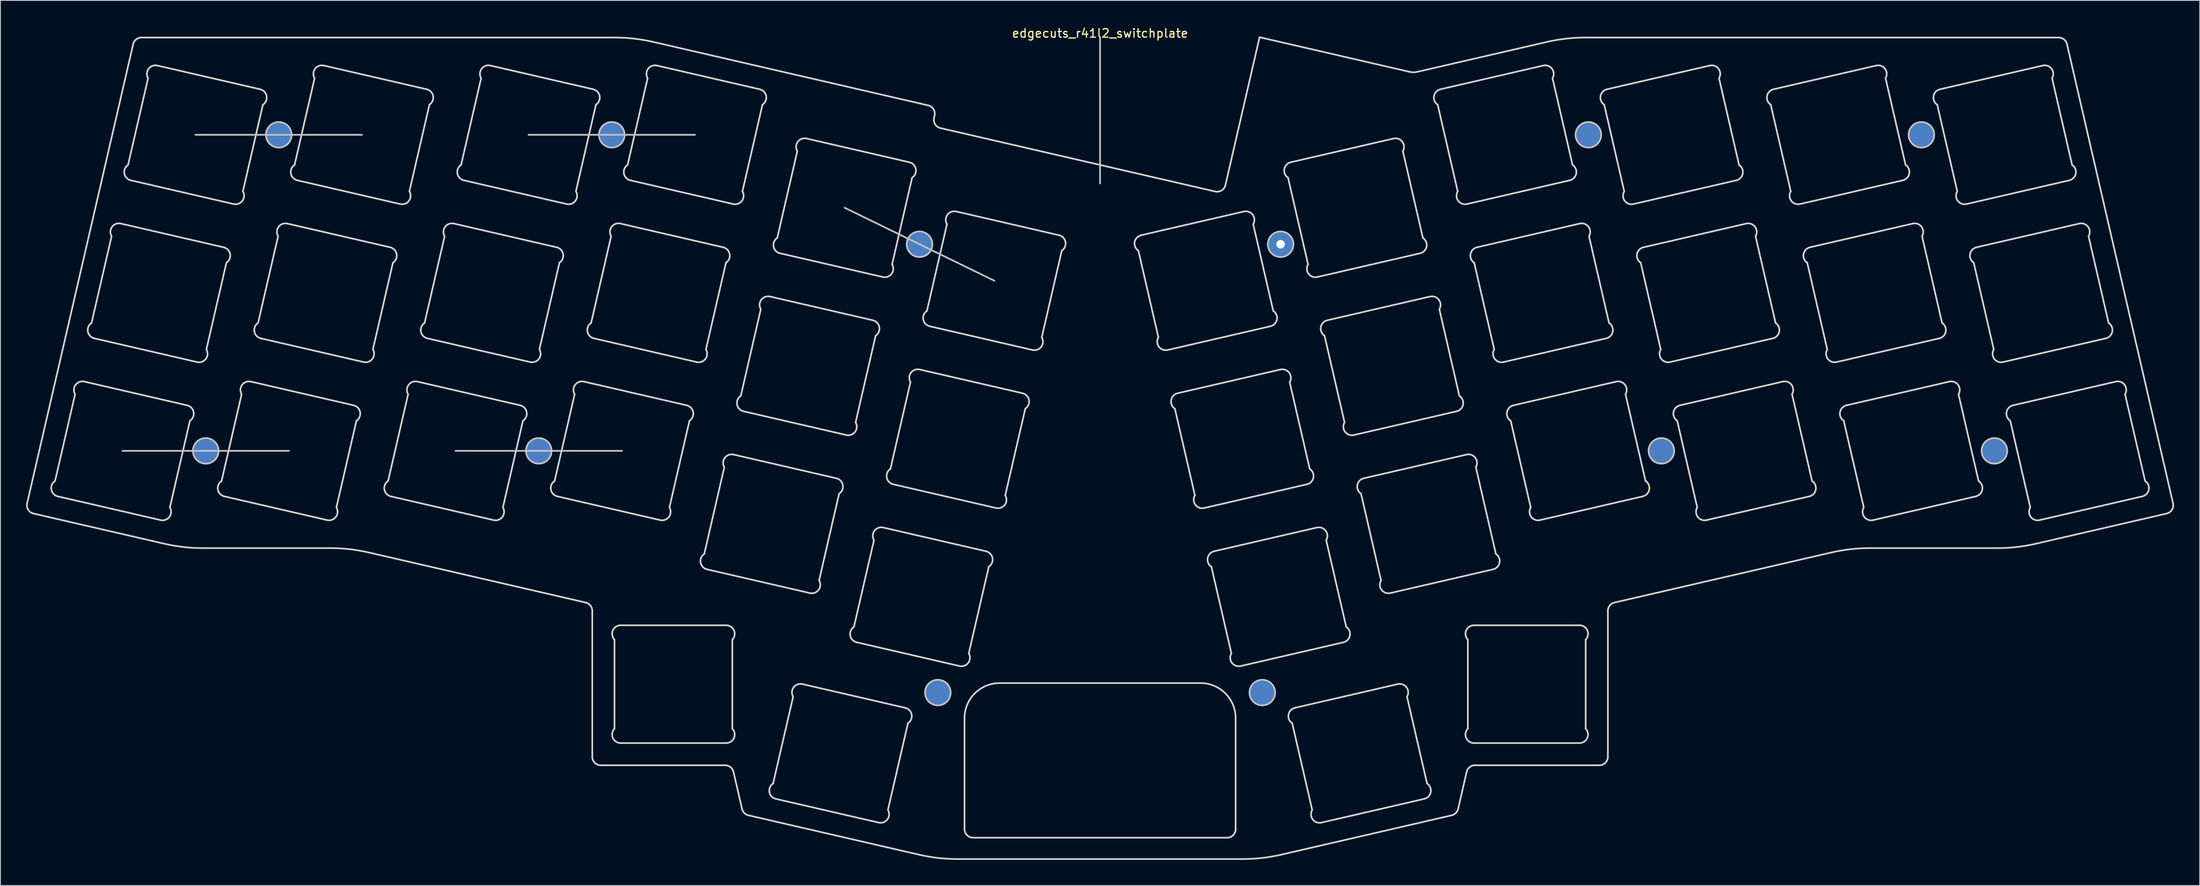
<source format=kicad_pcb>
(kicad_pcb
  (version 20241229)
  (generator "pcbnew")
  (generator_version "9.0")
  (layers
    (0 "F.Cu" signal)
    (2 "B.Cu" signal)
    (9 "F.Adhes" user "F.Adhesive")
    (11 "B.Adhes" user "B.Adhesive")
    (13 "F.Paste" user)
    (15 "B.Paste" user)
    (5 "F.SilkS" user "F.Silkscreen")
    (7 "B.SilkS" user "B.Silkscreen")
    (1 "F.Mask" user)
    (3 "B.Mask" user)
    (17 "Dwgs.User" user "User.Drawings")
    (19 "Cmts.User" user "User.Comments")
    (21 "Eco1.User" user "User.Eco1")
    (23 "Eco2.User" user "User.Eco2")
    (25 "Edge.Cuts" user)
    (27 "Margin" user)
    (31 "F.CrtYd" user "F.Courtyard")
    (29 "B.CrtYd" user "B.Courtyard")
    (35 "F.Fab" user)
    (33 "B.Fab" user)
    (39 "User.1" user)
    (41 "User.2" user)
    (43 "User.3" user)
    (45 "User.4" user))
  (footprint "edgecuts_r41l2_switchplate"
    (layer "F.Cu")
    (at 125.775 1.348)
    (property "Reference" "edgecuts_r41l2_switchplate" (at 0 -0.5 180) (layer "F.SilkS") (effects (font (size 1 1) (thickness 0.15))))
    (attr through_hole)
    (fp_line (start -114.48 48.42) (end -94.981 48.42) (stroke (width 0.2) (type solid)) (layer "Dwgs.User"))
    (fp_line (start -105.932 11.394) (end -86.432 11.394) (stroke (width 0.2) (type solid)) (layer "Dwgs.User"))
    (fp_line (start -75.481 48.42) (end -55.981 48.42) (stroke (width 0.2) (type solid)) (layer "Dwgs.User"))
    (fp_line (start -66.933 11.394) (end -47.433 11.394) (stroke (width 0.2) (type solid)) (layer "Dwgs.User"))
    (fp_line (start -29.907 19.942) (end -12.38 28.49) (stroke (width 0.2) (type solid)) (layer "Dwgs.User"))
    (fp_line (start 0 0) (end 0 17.096) (stroke (width 0.2) (type solid)) (layer "Dwgs.User"))
    (fp_circle (center -104.73 48.42) (end -103.23 48.42) (stroke (width 0.2) (type solid)) (fill no) (layer "Dwgs.User"))
    (fp_circle (center -96.182 11.394) (end -94.682 11.394) (stroke (width 0.2) (type solid)) (fill no) (layer "Dwgs.User"))
    (fp_circle (center -65.731 48.42) (end -64.231 48.42) (stroke (width 0.2) (type solid)) (fill no) (layer "Dwgs.User"))
    (fp_circle (center -57.183 11.394) (end -55.683 11.394) (stroke (width 0.2) (type solid)) (fill no) (layer "Dwgs.User"))
    (fp_circle (center -21.143 24.216) (end -19.643 24.216) (stroke (width 0.2) (type solid)) (fill no) (layer "Dwgs.User"))
    (fp_circle (center -19 76.737) (end -17.5 76.737) (stroke (width 0.2) (type solid)) (fill no) (layer "Dwgs.User"))
    (fp_circle (center 19 76.737) (end 20.5 76.737) (stroke (width 0.2) (type solid)) (fill no) (layer "Dwgs.User"))
    (fp_circle (center 21.143 24.216) (end 22.643 24.216) (stroke (width 0.2) (type solid)) (fill no) (layer "Dwgs.User"))
    (fp_circle (center 57.183 11.394) (end 58.683 11.394) (stroke (width 0.2) (type solid)) (fill no) (layer "Dwgs.User"))
    (fp_circle (center 65.731 48.42) (end 67.231 48.42) (stroke (width 0.2) (type solid)) (fill no) (layer "Dwgs.User"))
    (fp_circle (center 96.182 11.394) (end 97.682 11.394) (stroke (width 0.2) (type solid)) (fill no) (layer "Dwgs.User"))
    (fp_circle (center 104.73 48.42) (end 106.23 48.42) (stroke (width 0.2) (type solid)) (fill no) (layer "Dwgs.User"))
    (fp_line (start -125.649 54.565) (end -113.231 0.775) (stroke (width 0.2) (type solid)) (layer "Edge.Cuts"))
    (fp_line (start -122.052 53.753) (end -110.015 56.532) (stroke (width 0.2) (type solid)) (layer "Edge.Cuts"))
    (fp_line (start -120.032 41.792) (end -122.376 51.943) (stroke (width 0.2) (type solid)) (layer "Edge.Cuts"))
    (fp_line (start -117.778 35.24) (end -105.741 38.019) (stroke (width 0.2) (type solid)) (layer "Edge.Cuts"))
    (fp_line (start -115.758 23.279) (end -118.102 33.43) (stroke (width 0.2) (type solid)) (layer "Edge.Cuts"))
    (fp_line (start -113.504 16.727) (end -101.466 19.506) (stroke (width 0.2) (type solid)) (layer "Edge.Cuts"))
    (fp_line (start -112.256 0) (end -56.831 0) (stroke (width 0.2) (type solid)) (layer "Edge.Cuts"))
    (fp_line (start -111.484 4.766) (end -113.828 14.917) (stroke (width 0.2) (type solid)) (layer "Edge.Cuts"))
    (fp_line (start -109.581 59.301) (end -124.9 55.764) (stroke (width 0.2) (type solid)) (layer "Edge.Cuts"))
    (fp_line (start -108.93 55.048) (end -106.586 44.896) (stroke (width 0.2) (type solid)) (layer "Edge.Cuts"))
    (fp_line (start -106.91 43.086) (end -118.947 40.307) (stroke (width 0.2) (type solid)) (layer "Edge.Cuts"))
    (fp_line (start -104.656 36.535) (end -102.312 26.383) (stroke (width 0.2) (type solid)) (layer "Edge.Cuts"))
    (fp_line (start -102.636 24.573) (end -114.673 21.794) (stroke (width 0.2) (type solid)) (layer "Edge.Cuts"))
    (fp_line (start -102.552 53.753) (end -90.515 56.532) (stroke (width 0.2) (type solid)) (layer "Edge.Cuts"))
    (fp_line (start -100.532 41.792) (end -102.876 51.943) (stroke (width 0.2) (type solid)) (layer "Edge.Cuts"))
    (fp_line (start -100.382 18.021) (end -98.038 7.87) (stroke (width 0.2) (type solid)) (layer "Edge.Cuts"))
    (fp_line (start -98.362 6.06) (end -110.399 3.281) (stroke (width 0.2) (type solid)) (layer "Edge.Cuts"))
    (fp_line (start -98.278 35.24) (end -86.241 38.019) (stroke (width 0.2) (type solid)) (layer "Edge.Cuts"))
    (fp_line (start -96.258 23.279) (end -98.602 33.43) (stroke (width 0.2) (type solid)) (layer "Edge.Cuts"))
    (fp_line (start -94.004 16.727) (end -81.966 19.506) (stroke (width 0.2) (type solid)) (layer "Edge.Cuts"))
    (fp_line (start -91.984 4.766) (end -94.328 14.917) (stroke (width 0.2) (type solid)) (layer "Edge.Cuts"))
    (fp_line (start -90.14 59.813) (end -105.082 59.813) (stroke (width 0.2) (type solid)) (layer "Edge.Cuts"))
    (fp_line (start -89.43 55.048) (end -87.086 44.896) (stroke (width 0.2) (type solid)) (layer "Edge.Cuts"))
    (fp_line (start -87.41 43.086) (end -99.447 40.307) (stroke (width 0.2) (type solid)) (layer "Edge.Cuts"))
    (fp_line (start -85.156 36.535) (end -82.812 26.383) (stroke (width 0.2) (type solid)) (layer "Edge.Cuts"))
    (fp_line (start -83.136 24.573) (end -95.173 21.794) (stroke (width 0.2) (type solid)) (layer "Edge.Cuts"))
    (fp_line (start -83.052 53.753) (end -71.015 56.532) (stroke (width 0.2) (type solid)) (layer "Edge.Cuts"))
    (fp_line (start -81.032 41.792) (end -83.376 51.943) (stroke (width 0.2) (type solid)) (layer "Edge.Cuts"))
    (fp_line (start -80.882 18.021) (end -78.538 7.87) (stroke (width 0.2) (type solid)) (layer "Edge.Cuts"))
    (fp_line (start -78.862 6.06) (end -90.899 3.281) (stroke (width 0.2) (type solid)) (layer "Edge.Cuts"))
    (fp_line (start -78.778 35.24) (end -66.741 38.019) (stroke (width 0.2) (type solid)) (layer "Edge.Cuts"))
    (fp_line (start -76.758 23.279) (end -79.102 33.43) (stroke (width 0.2) (type solid)) (layer "Edge.Cuts"))
    (fp_line (start -74.504 16.727) (end -62.466 19.506) (stroke (width 0.2) (type solid)) (layer "Edge.Cuts"))
    (fp_line (start -72.484 4.766) (end -74.828 14.917) (stroke (width 0.2) (type solid)) (layer "Edge.Cuts"))
    (fp_line (start -69.93 55.048) (end -67.586 44.896) (stroke (width 0.2) (type solid)) (layer "Edge.Cuts"))
    (fp_line (start -67.91 43.086) (end -79.947 40.307) (stroke (width 0.2) (type solid)) (layer "Edge.Cuts"))
    (fp_line (start -65.656 36.535) (end -63.312 26.383) (stroke (width 0.2) (type solid)) (layer "Edge.Cuts"))
    (fp_line (start -63.636 24.573) (end -75.673 21.794) (stroke (width 0.2) (type solid)) (layer "Edge.Cuts"))
    (fp_line (start -63.552 53.753) (end -51.515 56.532) (stroke (width 0.2) (type solid)) (layer "Edge.Cuts"))
    (fp_line (start -61.532 41.792) (end -63.876 51.943) (stroke (width 0.2) (type solid)) (layer "Edge.Cuts"))
    (fp_line (start -61.382 18.021) (end -59.038 7.87) (stroke (width 0.2) (type solid)) (layer "Edge.Cuts"))
    (fp_line (start -60.241 66.19) (end -85.641 60.326) (stroke (width 0.2) (type solid)) (layer "Edge.Cuts"))
    (fp_line (start -59.466 84.253) (end -59.466 67.164) (stroke (width 0.2) (type solid)) (layer "Edge.Cuts"))
    (fp_line (start -59.362 6.06) (end -71.399 3.281) (stroke (width 0.2) (type solid)) (layer "Edge.Cuts"))
    (fp_line (start -59.278 35.24) (end -47.241 38.019) (stroke (width 0.2) (type solid)) (layer "Edge.Cuts"))
    (fp_line (start -57.258 23.279) (end -59.602 33.43) (stroke (width 0.2) (type solid)) (layer "Edge.Cuts"))
    (fp_line (start -56.866 70.544) (end -56.866 80.963) (stroke (width 0.2) (type solid)) (layer "Edge.Cuts"))
    (fp_line (start -56.143 82.653) (end -43.789 82.653) (stroke (width 0.2) (type solid)) (layer "Edge.Cuts"))
    (fp_line (start -55.004 16.727) (end -42.966 19.506) (stroke (width 0.2) (type solid)) (layer "Edge.Cuts"))
    (fp_line (start -52.984 4.766) (end -55.328 14.917) (stroke (width 0.2) (type solid)) (layer "Edge.Cuts"))
    (fp_line (start -52.332 0.513) (end -20.132 7.947) (stroke (width 0.2) (type solid)) (layer "Edge.Cuts"))
    (fp_line (start -50.43 55.048) (end -48.086 44.896) (stroke (width 0.2) (type solid)) (layer "Edge.Cuts"))
    (fp_line (start -48.41 43.086) (end -60.447 40.307) (stroke (width 0.2) (type solid)) (layer "Edge.Cuts"))
    (fp_line (start -46.156 36.535) (end -43.812 26.383) (stroke (width 0.2) (type solid)) (layer "Edge.Cuts"))
    (fp_line (start -46.025 62.302) (end -33.988 65.08) (stroke (width 0.2) (type solid)) (layer "Edge.Cuts"))
    (fp_line (start -44.136 24.573) (end -56.173 21.794) (stroke (width 0.2) (type solid)) (layer "Edge.Cuts"))
    (fp_line (start -44.006 50.34) (end -46.35 60.491) (stroke (width 0.2) (type solid)) (layer "Edge.Cuts"))
    (fp_line (start -43.904 85.253) (end -58.466 85.253) (stroke (width 0.2) (type solid)) (layer "Edge.Cuts"))
    (fp_line (start -43.789 68.853) (end -56.143 68.853) (stroke (width 0.2) (type solid)) (layer "Edge.Cuts"))
    (fp_line (start -43.066 80.963) (end -43.066 70.544) (stroke (width 0.2) (type solid)) (layer "Edge.Cuts"))
    (fp_line (start -41.928 90.367) (end -42.929 86.028) (stroke (width 0.2) (type solid)) (layer "Edge.Cuts"))
    (fp_line (start -41.882 18.021) (end -39.538 7.87) (stroke (width 0.2) (type solid)) (layer "Edge.Cuts"))
    (fp_line (start -41.751 43.788) (end -29.714 46.567) (stroke (width 0.2) (type solid)) (layer "Edge.Cuts"))
    (fp_line (start -39.862 6.06) (end -51.899 3.281) (stroke (width 0.2) (type solid)) (layer "Edge.Cuts"))
    (fp_line (start -39.732 31.827) (end -42.075 41.978) (stroke (width 0.2) (type solid)) (layer "Edge.Cuts"))
    (fp_line (start -37.964 89.19) (end -25.927 91.969) (stroke (width 0.2) (type solid)) (layer "Edge.Cuts"))
    (fp_line (start -37.477 25.275) (end -25.44 28.054) (stroke (width 0.2) (type solid)) (layer "Edge.Cuts"))
    (fp_line (start -35.945 77.229) (end -38.289 87.38) (stroke (width 0.2) (type solid)) (layer "Edge.Cuts"))
    (fp_line (start -35.458 13.314) (end -37.801 23.465) (stroke (width 0.2) (type solid)) (layer "Edge.Cuts"))
    (fp_line (start -32.903 63.596) (end -30.56 53.444) (stroke (width 0.2) (type solid)) (layer "Edge.Cuts"))
    (fp_line (start -30.884 51.634) (end -42.921 48.855) (stroke (width 0.2) (type solid)) (layer "Edge.Cuts"))
    (fp_line (start -28.629 45.083) (end -26.285 34.931) (stroke (width 0.2) (type solid)) (layer "Edge.Cuts"))
    (fp_line (start -28.499 70.85) (end -16.462 73.629) (stroke (width 0.2) (type solid)) (layer "Edge.Cuts"))
    (fp_line (start -26.61 33.121) (end -38.647 30.342) (stroke (width 0.2) (type solid)) (layer "Edge.Cuts"))
    (fp_line (start -26.479 58.888) (end -28.823 69.04) (stroke (width 0.2) (type solid)) (layer "Edge.Cuts"))
    (fp_line (start -24.842 90.485) (end -22.499 80.333) (stroke (width 0.2) (type solid)) (layer "Edge.Cuts"))
    (fp_line (start -24.355 26.57) (end -22.011 16.418) (stroke (width 0.2) (type solid)) (layer "Edge.Cuts"))
    (fp_line (start -24.225 52.337) (end -12.188 55.116) (stroke (width 0.2) (type solid)) (layer "Edge.Cuts"))
    (fp_line (start -22.823 78.523) (end -34.86 75.744) (stroke (width 0.2) (type solid)) (layer "Edge.Cuts"))
    (fp_line (start -22.336 14.608) (end -34.373 11.829) (stroke (width 0.2) (type solid)) (layer "Edge.Cuts"))
    (fp_line (start -22.205 40.375) (end -24.549 50.527) (stroke (width 0.2) (type solid)) (layer "Edge.Cuts"))
    (fp_line (start -21.22 95.724) (end -41.178 91.117) (stroke (width 0.2) (type solid)) (layer "Edge.Cuts"))
    (fp_line (start -19.951 33.824) (end -7.914 36.603) (stroke (width 0.2) (type solid)) (layer "Edge.Cuts"))
    (fp_line (start -19.383 9.146) (end -19.443 9.409) (stroke (width 0.2) (type solid)) (layer "Edge.Cuts"))
    (fp_line (start -18.694 10.608) (end 13.48 18.036) (stroke (width 0.2) (type solid)) (layer "Edge.Cuts"))
    (fp_line (start -17.931 21.862) (end -20.275 32.014) (stroke (width 0.2) (type solid)) (layer "Edge.Cuts"))
    (fp_line (start -15.875 92.737) (end -15.875 79.737) (stroke (width 0.2) (type solid)) (layer "Edge.Cuts"))
    (fp_line (start -15.377 72.144) (end -13.033 61.992) (stroke (width 0.2) (type solid)) (layer "Edge.Cuts"))
    (fp_line (start -13.357 60.182) (end -25.394 57.403) (stroke (width 0.2) (type solid)) (layer "Edge.Cuts"))
    (fp_line (start -11.762 75.625) (end 11.762 75.625) (stroke (width 0.2) (type solid)) (layer "Edge.Cuts"))
    (fp_line (start -11.103 53.631) (end -8.759 43.479) (stroke (width 0.2) (type solid)) (layer "Edge.Cuts"))
    (fp_line (start -9.083 41.669) (end -21.12 38.89) (stroke (width 0.2) (type solid)) (layer "Edge.Cuts"))
    (fp_line (start -6.829 35.118) (end -4.485 24.966) (stroke (width 0.2) (type solid)) (layer "Edge.Cuts"))
    (fp_line (start -4.809 23.156) (end -16.846 20.377) (stroke (width 0.2) (type solid)) (layer "Edge.Cuts"))
    (fp_line (start 4.485 24.966) (end 6.829 35.118) (stroke (width 0.2) (type solid)) (layer "Edge.Cuts"))
    (fp_line (start 7.914 36.603) (end 19.951 33.824) (stroke (width 0.2) (type solid)) (layer "Edge.Cuts"))
    (fp_line (start 8.759 43.479) (end 11.103 53.631) (stroke (width 0.2) (type solid)) (layer "Edge.Cuts"))
    (fp_line (start 12.188 55.116) (end 24.225 52.337) (stroke (width 0.2) (type solid)) (layer "Edge.Cuts"))
    (fp_line (start 13.033 61.992) (end 15.377 72.144) (stroke (width 0.2) (type solid)) (layer "Edge.Cuts"))
    (fp_line (start 14.679 17.287) (end 18.679 -0.038) (stroke (width 0.2) (type solid)) (layer "Edge.Cuts"))
    (fp_line (start 14.875 93.737) (end -14.875 93.737) (stroke (width 0.2) (type solid)) (layer "Edge.Cuts"))
    (fp_line (start 15.875 79.737) (end 15.875 92.737) (stroke (width 0.2) (type solid)) (layer "Edge.Cuts"))
    (fp_line (start 16.462 73.629) (end 28.499 70.85) (stroke (width 0.2) (type solid)) (layer "Edge.Cuts"))
    (fp_line (start 16.721 96.237) (end -16.721 96.237) (stroke (width 0.2) (type solid)) (layer "Edge.Cuts"))
    (fp_line (start 16.846 20.377) (end 4.809 23.156) (stroke (width 0.2) (type solid)) (layer "Edge.Cuts"))
    (fp_line (start 18.679 -0.038) (end 36.247 4.018) (stroke (width 0.2) (type solid)) (layer "Edge.Cuts"))
    (fp_line (start 20.275 32.014) (end 17.931 21.862) (stroke (width 0.2) (type solid)) (layer "Edge.Cuts"))
    (fp_line (start 21.12 38.89) (end 9.083 41.669) (stroke (width 0.2) (type solid)) (layer "Edge.Cuts"))
    (fp_line (start 22.011 16.418) (end 24.355 26.57) (stroke (width 0.2) (type solid)) (layer "Edge.Cuts"))
    (fp_line (start 22.499 80.333) (end 24.842 90.485) (stroke (width 0.2) (type solid)) (layer "Edge.Cuts"))
    (fp_line (start 24.549 50.527) (end 22.205 40.375) (stroke (width 0.2) (type solid)) (layer "Edge.Cuts"))
    (fp_line (start 25.394 57.403) (end 13.357 60.182) (stroke (width 0.2) (type solid)) (layer "Edge.Cuts"))
    (fp_line (start 25.44 28.054) (end 37.477 25.275) (stroke (width 0.2) (type solid)) (layer "Edge.Cuts"))
    (fp_line (start 25.927 91.969) (end 37.964 89.19) (stroke (width 0.2) (type solid)) (layer "Edge.Cuts"))
    (fp_line (start 26.285 34.931) (end 28.629 45.083) (stroke (width 0.2) (type solid)) (layer "Edge.Cuts"))
    (fp_line (start 28.823 69.04) (end 26.479 58.888) (stroke (width 0.2) (type solid)) (layer "Edge.Cuts"))
    (fp_line (start 29.714 46.567) (end 41.751 43.788) (stroke (width 0.2) (type solid)) (layer "Edge.Cuts"))
    (fp_line (start 30.56 53.444) (end 32.903 63.596) (stroke (width 0.2) (type solid)) (layer "Edge.Cuts"))
    (fp_line (start 33.988 65.08) (end 46.025 62.302) (stroke (width 0.2) (type solid)) (layer "Edge.Cuts"))
    (fp_line (start 34.373 11.829) (end 22.336 14.608) (stroke (width 0.2) (type solid)) (layer "Edge.Cuts"))
    (fp_line (start 34.86 75.744) (end 22.823 78.523) (stroke (width 0.2) (type solid)) (layer "Edge.Cuts"))
    (fp_line (start 37.147 4.018) (end 52.332 0.513) (stroke (width 0.2) (type solid)) (layer "Edge.Cuts"))
    (fp_line (start 37.801 23.465) (end 35.458 13.314) (stroke (width 0.2) (type solid)) (layer "Edge.Cuts"))
    (fp_line (start 38.289 87.38) (end 35.945 77.229) (stroke (width 0.2) (type solid)) (layer "Edge.Cuts"))
    (fp_line (start 38.647 30.342) (end 26.61 33.121) (stroke (width 0.2) (type solid)) (layer "Edge.Cuts"))
    (fp_line (start 39.538 7.87) (end 41.882 18.021) (stroke (width 0.2) (type solid)) (layer "Edge.Cuts"))
    (fp_line (start 41.178 91.117) (end 21.22 95.724) (stroke (width 0.2) (type solid)) (layer "Edge.Cuts"))
    (fp_line (start 42.075 41.978) (end 39.732 31.827) (stroke (width 0.2) (type solid)) (layer "Edge.Cuts"))
    (fp_line (start 42.921 48.855) (end 30.884 51.634) (stroke (width 0.2) (type solid)) (layer "Edge.Cuts"))
    (fp_line (start 42.929 86.028) (end 41.928 90.367) (stroke (width 0.2) (type solid)) (layer "Edge.Cuts"))
    (fp_line (start 42.966 19.506) (end 55.004 16.727) (stroke (width 0.2) (type solid)) (layer "Edge.Cuts"))
    (fp_line (start 43.066 70.544) (end 43.066 80.963) (stroke (width 0.2) (type solid)) (layer "Edge.Cuts"))
    (fp_line (start 43.789 82.653) (end 56.143 82.653) (stroke (width 0.2) (type solid)) (layer "Edge.Cuts"))
    (fp_line (start 43.812 26.383) (end 46.156 36.535) (stroke (width 0.2) (type solid)) (layer "Edge.Cuts"))
    (fp_line (start 46.35 60.491) (end 44.006 50.34) (stroke (width 0.2) (type solid)) (layer "Edge.Cuts"))
    (fp_line (start 47.241 38.019) (end 59.278 35.24) (stroke (width 0.2) (type solid)) (layer "Edge.Cuts"))
    (fp_line (start 48.086 44.896) (end 50.43 55.048) (stroke (width 0.2) (type solid)) (layer "Edge.Cuts"))
    (fp_line (start 51.515 56.532) (end 63.552 53.753) (stroke (width 0.2) (type solid)) (layer "Edge.Cuts"))
    (fp_line (start 51.899 3.281) (end 39.862 6.06) (stroke (width 0.2) (type solid)) (layer "Edge.Cuts"))
    (fp_line (start 55.328 14.917) (end 52.984 4.766) (stroke (width 0.2) (type solid)) (layer "Edge.Cuts"))
    (fp_line (start 56.143 68.853) (end 43.789 68.853) (stroke (width 0.2) (type solid)) (layer "Edge.Cuts"))
    (fp_line (start 56.173 21.794) (end 44.136 24.573) (stroke (width 0.2) (type solid)) (layer "Edge.Cuts"))
    (fp_line (start 56.831 0) (end 112.256 0) (stroke (width 0.2) (type solid)) (layer "Edge.Cuts"))
    (fp_line (start 56.866 80.963) (end 56.866 70.544) (stroke (width 0.2) (type solid)) (layer "Edge.Cuts"))
    (fp_line (start 58.466 85.253) (end 43.904 85.253) (stroke (width 0.2) (type solid)) (layer "Edge.Cuts"))
    (fp_line (start 59.038 7.87) (end 61.382 18.021) (stroke (width 0.2) (type solid)) (layer "Edge.Cuts"))
    (fp_line (start 59.466 67.164) (end 59.466 84.253) (stroke (width 0.2) (type solid)) (layer "Edge.Cuts"))
    (fp_line (start 59.602 33.43) (end 57.258 23.279) (stroke (width 0.2) (type solid)) (layer "Edge.Cuts"))
    (fp_line (start 60.447 40.307) (end 48.41 43.086) (stroke (width 0.2) (type solid)) (layer "Edge.Cuts"))
    (fp_line (start 62.466 19.506) (end 74.504 16.727) (stroke (width 0.2) (type solid)) (layer "Edge.Cuts"))
    (fp_line (start 63.312 26.383) (end 65.656 36.535) (stroke (width 0.2) (type solid)) (layer "Edge.Cuts"))
    (fp_line (start 63.876 51.943) (end 61.532 41.792) (stroke (width 0.2) (type solid)) (layer "Edge.Cuts"))
    (fp_line (start 66.741 38.019) (end 78.778 35.24) (stroke (width 0.2) (type solid)) (layer "Edge.Cuts"))
    (fp_line (start 67.586 44.896) (end 69.93 55.048) (stroke (width 0.2) (type solid)) (layer "Edge.Cuts"))
    (fp_line (start 71.015 56.532) (end 83.052 53.753) (stroke (width 0.2) (type solid)) (layer "Edge.Cuts"))
    (fp_line (start 71.399 3.281) (end 59.362 6.06) (stroke (width 0.2) (type solid)) (layer "Edge.Cuts"))
    (fp_line (start 74.828 14.917) (end 72.484 4.766) (stroke (width 0.2) (type solid)) (layer "Edge.Cuts"))
    (fp_line (start 75.673 21.794) (end 63.636 24.573) (stroke (width 0.2) (type solid)) (layer "Edge.Cuts"))
    (fp_line (start 78.538 7.87) (end 80.882 18.021) (stroke (width 0.2) (type solid)) (layer "Edge.Cuts"))
    (fp_line (start 79.102 33.43) (end 76.758 23.279) (stroke (width 0.2) (type solid)) (layer "Edge.Cuts"))
    (fp_line (start 79.947 40.307) (end 67.91 43.086) (stroke (width 0.2) (type solid)) (layer "Edge.Cuts"))
    (fp_line (start 81.966 19.506) (end 94.004 16.727) (stroke (width 0.2) (type solid)) (layer "Edge.Cuts"))
    (fp_line (start 82.812 26.383) (end 85.156 36.535) (stroke (width 0.2) (type solid)) (layer "Edge.Cuts"))
    (fp_line (start 83.376 51.943) (end 81.032 41.792) (stroke (width 0.2) (type solid)) (layer "Edge.Cuts"))
    (fp_line (start 85.641 60.326) (end 60.241 66.19) (stroke (width 0.2) (type solid)) (layer "Edge.Cuts"))
    (fp_line (start 86.241 38.019) (end 98.278 35.24) (stroke (width 0.2) (type solid)) (layer "Edge.Cuts"))
    (fp_line (start 87.086 44.896) (end 89.43 55.048) (stroke (width 0.2) (type solid)) (layer "Edge.Cuts"))
    (fp_line (start 90.515 56.532) (end 102.552 53.753) (stroke (width 0.2) (type solid)) (layer "Edge.Cuts"))
    (fp_line (start 90.899 3.281) (end 78.862 6.06) (stroke (width 0.2) (type solid)) (layer "Edge.Cuts"))
    (fp_line (start 94.328 14.917) (end 91.984 4.766) (stroke (width 0.2) (type solid)) (layer "Edge.Cuts"))
    (fp_line (start 95.173 21.794) (end 83.136 24.573) (stroke (width 0.2) (type solid)) (layer "Edge.Cuts"))
    (fp_line (start 98.038 7.87) (end 100.382 18.021) (stroke (width 0.2) (type solid)) (layer "Edge.Cuts"))
    (fp_line (start 98.602 33.43) (end 96.258 23.279) (stroke (width 0.2) (type solid)) (layer "Edge.Cuts"))
    (fp_line (start 99.447 40.307) (end 87.41 43.086) (stroke (width 0.2) (type solid)) (layer "Edge.Cuts"))
    (fp_line (start 101.466 19.506) (end 113.504 16.727) (stroke (width 0.2) (type solid)) (layer "Edge.Cuts"))
    (fp_line (start 102.312 26.383) (end 104.656 36.535) (stroke (width 0.2) (type solid)) (layer "Edge.Cuts"))
    (fp_line (start 102.876 51.943) (end 100.532 41.792) (stroke (width 0.2) (type solid)) (layer "Edge.Cuts"))
    (fp_line (start 105.082 59.813) (end 90.14 59.813) (stroke (width 0.2) (type solid)) (layer "Edge.Cuts"))
    (fp_line (start 105.741 38.019) (end 117.778 35.24) (stroke (width 0.2) (type solid)) (layer "Edge.Cuts"))
    (fp_line (start 106.586 44.896) (end 108.93 55.048) (stroke (width 0.2) (type solid)) (layer "Edge.Cuts"))
    (fp_line (start 110.015 56.532) (end 122.052 53.753) (stroke (width 0.2) (type solid)) (layer "Edge.Cuts"))
    (fp_line (start 110.399 3.281) (end 98.362 6.06) (stroke (width 0.2) (type solid)) (layer "Edge.Cuts"))
    (fp_line (start 113.231 0.775) (end 125.649 54.565) (stroke (width 0.2) (type solid)) (layer "Edge.Cuts"))
    (fp_line (start 113.828 14.917) (end 111.484 4.766) (stroke (width 0.2) (type solid)) (layer "Edge.Cuts"))
    (fp_line (start 114.673 21.794) (end 102.636 24.573) (stroke (width 0.2) (type solid)) (layer "Edge.Cuts"))
    (fp_line (start 118.102 33.43) (end 115.758 23.279) (stroke (width 0.2) (type solid)) (layer "Edge.Cuts"))
    (fp_line (start 118.947 40.307) (end 106.91 43.086) (stroke (width 0.2) (type solid)) (layer "Edge.Cuts"))
    (fp_line (start 122.376 51.943) (end 120.032 41.792) (stroke (width 0.2) (type solid)) (layer "Edge.Cuts"))
    (fp_line (start 124.9 55.764) (end 109.581 59.301) (stroke (width 0.2) (type solid)) (layer "Edge.Cuts"))
    (fp_arc (start -124.89952 55.764045) (mid -125.522618 55.319594) (end -125.64894 54.564723) (stroke (width 0.2) (type solid)) (layer "Edge.Cuts"))
    (fp_arc (start -122.051727 53.753273) (mid -122.811106 52.955243) (end -122.375994 51.943222) (stroke (width 0.2) (type solid)) (layer "Edge.Cuts"))
    (fp_arc (start -120.032325 41.791678) (mid -119.979761 40.69134) (end -118.947403 40.306965) (stroke (width 0.2) (type solid)) (layer "Edge.Cuts"))
    (fp_arc (start -117.777657 35.240242) (mid -118.537036 34.442212) (end -118.101924 33.430191) (stroke (width 0.2) (type solid)) (layer "Edge.Cuts"))
    (fp_arc (start -115.758255 23.278647) (mid -115.705691 22.178309) (end -114.673333 21.793934) (stroke (width 0.2) (type solid)) (layer "Edge.Cuts"))
    (fp_arc (start -113.503587 16.727211) (mid -114.262966 15.929181) (end -113.827854 14.91716) (stroke (width 0.2) (type solid)) (layer "Edge.Cuts"))
    (fp_arc (start -113.230614 0.775048) (mid -112.878759 0.217392) (end -112.256245 0) (stroke (width 0.2) (type solid)) (layer "Edge.Cuts"))
    (fp_arc (start -111.484185 4.765616) (mid -111.431621 3.665278) (end -110.399263 3.280903) (stroke (width 0.2) (type solid)) (layer "Edge.Cuts"))
    (fp_arc (start -108.929687 55.047547) (mid -108.982251 56.147885) (end -110.014609 56.53226) (stroke (width 0.2) (type solid)) (layer "Edge.Cuts"))
    (fp_arc (start -106.910284 43.085953) (mid -106.150906 43.883983) (end -106.586018 44.896003) (stroke (width 0.2) (type solid)) (layer "Edge.Cuts"))
    (fp_arc (start -105.082147 59.813164) (mid -107.346211 59.684601) (end -109.581168 59.300565) (stroke (width 0.2) (type solid)) (layer "Edge.Cuts"))
    (fp_arc (start -104.655617 36.534516) (mid -104.708181 37.634854) (end -105.740539 38.019229) (stroke (width 0.2) (type solid)) (layer "Edge.Cuts"))
    (fp_arc (start -102.636214 24.572922) (mid -101.876836 25.370952) (end -102.311948 26.382972) (stroke (width 0.2) (type solid)) (layer "Edge.Cuts"))
    (fp_arc (start -102.551727 53.753273) (mid -103.311106 52.955243) (end -102.875994 51.943222) (stroke (width 0.2) (type solid)) (layer "Edge.Cuts"))
    (fp_arc (start -100.532325 41.791678) (mid -100.479761 40.69134) (end -99.447403 40.306965) (stroke (width 0.2) (type solid)) (layer "Edge.Cuts"))
    (fp_arc (start -100.381547 18.021484) (mid -100.434111 19.121822) (end -101.466469 19.506197) (stroke (width 0.2) (type solid)) (layer "Edge.Cuts"))
    (fp_arc (start -98.362144 6.059892) (mid -97.602767 6.857921) (end -98.037878 7.86994) (stroke (width 0.2) (type solid)) (layer "Edge.Cuts"))
    (fp_arc (start -98.277657 35.240242) (mid -99.037036 34.442212) (end -98.601924 33.430191) (stroke (width 0.2) (type solid)) (layer "Edge.Cuts"))
    (fp_arc (start -96.258255 23.278647) (mid -96.205691 22.178309) (end -95.173333 21.793934) (stroke (width 0.2) (type solid)) (layer "Edge.Cuts"))
    (fp_arc (start -94.003587 16.727211) (mid -94.762966 15.929181) (end -94.327854 14.91716) (stroke (width 0.2) (type solid)) (layer "Edge.Cuts"))
    (fp_arc (start -91.984185 4.765616) (mid -91.931621 3.665278) (end -90.899263 3.280903) (stroke (width 0.2) (type solid)) (layer "Edge.Cuts"))
    (fp_arc (start -90.139793 59.813163) (mid -87.875729 59.941726) (end -85.640772 60.325762) (stroke (width 0.2) (type solid)) (layer "Edge.Cuts"))
    (fp_arc (start -89.429687 55.047547) (mid -89.482251 56.147885) (end -90.514609 56.53226) (stroke (width 0.2) (type solid)) (layer "Edge.Cuts"))
    (fp_arc (start -87.410284 43.085953) (mid -86.650906 43.883983) (end -87.086018 44.896003) (stroke (width 0.2) (type solid)) (layer "Edge.Cuts"))
    (fp_arc (start -85.155617 36.534516) (mid -85.208181 37.634854) (end -86.240539 38.019229) (stroke (width 0.2) (type solid)) (layer "Edge.Cuts"))
    (fp_arc (start -83.136214 24.572922) (mid -82.376836 25.370952) (end -82.811948 26.382972) (stroke (width 0.2) (type solid)) (layer "Edge.Cuts"))
    (fp_arc (start -83.051727 53.753273) (mid -83.811106 52.955243) (end -83.375994 51.943222) (stroke (width 0.2) (type solid)) (layer "Edge.Cuts"))
    (fp_arc (start -81.032325 41.791678) (mid -80.979761 40.69134) (end -79.947403 40.306965) (stroke (width 0.2) (type solid)) (layer "Edge.Cuts"))
    (fp_arc (start -80.881547 18.021484) (mid -80.934111 19.121822) (end -81.966469 19.506197) (stroke (width 0.2) (type solid)) (layer "Edge.Cuts"))
    (fp_arc (start -78.862144 6.059892) (mid -78.102767 6.857921) (end -78.537878 7.86994) (stroke (width 0.2) (type solid)) (layer "Edge.Cuts"))
    (fp_arc (start -78.777657 35.240242) (mid -79.537036 34.442212) (end -79.101924 33.430191) (stroke (width 0.2) (type solid)) (layer "Edge.Cuts"))
    (fp_arc (start -76.758255 23.278647) (mid -76.705691 22.178309) (end -75.673333 21.793934) (stroke (width 0.2) (type solid)) (layer "Edge.Cuts"))
    (fp_arc (start -74.503587 16.727211) (mid -75.262966 15.929181) (end -74.827854 14.91716) (stroke (width 0.2) (type solid)) (layer "Edge.Cuts"))
    (fp_arc (start -72.484185 4.765616) (mid -72.431621 3.665278) (end -71.399263 3.280903) (stroke (width 0.2) (type solid)) (layer "Edge.Cuts"))
    (fp_arc (start -69.929687 55.047547) (mid -69.982251 56.147885) (end -71.014609 56.53226) (stroke (width 0.2) (type solid)) (layer "Edge.Cuts"))
    (fp_arc (start -67.910284 43.085953) (mid -67.150906 43.883983) (end -67.586018 44.896003) (stroke (width 0.2) (type solid)) (layer "Edge.Cuts"))
    (fp_arc (start -65.655617 36.534516) (mid -65.708181 37.634854) (end -66.740539 38.019229) (stroke (width 0.2) (type solid)) (layer "Edge.Cuts"))
    (fp_arc (start -63.636214 24.572922) (mid -62.876836 25.370952) (end -63.311948 26.382972) (stroke (width 0.2) (type solid)) (layer "Edge.Cuts"))
    (fp_arc (start -63.551727 53.753273) (mid -64.311106 52.955243) (end -63.875994 51.943222) (stroke (width 0.2) (type solid)) (layer "Edge.Cuts"))
    (fp_arc (start -61.532325 41.791678) (mid -61.479761 40.69134) (end -60.447403 40.306965) (stroke (width 0.2) (type solid)) (layer "Edge.Cuts"))
    (fp_arc (start -61.381547 18.021484) (mid -61.434111 19.121822) (end -62.466469 19.506197) (stroke (width 0.2) (type solid)) (layer "Edge.Cuts"))
    (fp_arc (start -60.240908 66.189783) (mid -59.683251 66.541638) (end -59.465859 67.164153) (stroke (width 0.2) (type solid)) (layer "Edge.Cuts"))
    (fp_arc (start -59.362144 6.059892) (mid -58.602767 6.857921) (end -59.037878 7.86994) (stroke (width 0.2) (type solid)) (layer "Edge.Cuts"))
    (fp_arc (start -59.277657 35.240242) (mid -60.037036 34.442212) (end -59.601924 33.430191) (stroke (width 0.2) (type solid)) (layer "Edge.Cuts"))
    (fp_arc (start -58.465859 85.253334) (mid -59.172966 84.960441) (end -59.465859 84.253334) (stroke (width 0.2) (type solid)) (layer "Edge.Cuts"))
    (fp_arc (start -57.258255 23.278647) (mid -57.205691 22.178309) (end -56.173333 21.793934) (stroke (width 0.2) (type solid)) (layer "Edge.Cuts"))
    (fp_arc (start -56.865859 70.544048) (mid -57.062164 69.460087) (end -56.142731 68.853334) (stroke (width 0.2) (type solid)) (layer "Edge.Cuts"))
    (fp_arc (start -56.831058 -0.000001) (mid -54.566994 0.128562) (end -52.332037 0.512598) (stroke (width 0.2) (type solid)) (layer "Edge.Cuts"))
    (fp_arc (start -56.142731 82.653334) (mid -57.062164 82.046581) (end -56.865859 80.96262) (stroke (width 0.2) (type solid)) (layer "Edge.Cuts"))
    (fp_arc (start -55.003587 16.727211) (mid -55.762966 15.929181) (end -55.327854 14.91716) (stroke (width 0.2) (type solid)) (layer "Edge.Cuts"))
    (fp_arc (start -52.984185 4.765616) (mid -52.931621 3.665278) (end -51.899263 3.280903) (stroke (width 0.2) (type solid)) (layer "Edge.Cuts"))
    (fp_arc (start -50.429687 55.047547) (mid -50.482251 56.147885) (end -51.514609 56.53226) (stroke (width 0.2) (type solid)) (layer "Edge.Cuts"))
    (fp_arc (start -48.410284 43.085953) (mid -47.650906 43.883983) (end -48.086018 44.896003) (stroke (width 0.2) (type solid)) (layer "Edge.Cuts"))
    (fp_arc (start -46.155617 36.534516) (mid -46.208181 37.634854) (end -47.240539 38.019229) (stroke (width 0.2) (type solid)) (layer "Edge.Cuts"))
    (fp_arc (start -46.025244 62.301508) (mid -46.784621 61.503479) (end -46.34951 60.49146) (stroke (width 0.2) (type solid)) (layer "Edge.Cuts"))
    (fp_arc (start -44.136214 24.572922) (mid -43.376836 25.370952) (end -43.811948 26.382972) (stroke (width 0.2) (type solid)) (layer "Edge.Cuts"))
    (fp_arc (start -44.005841 50.339916) (mid -43.953277 49.239578) (end -42.920919 48.855203) (stroke (width 0.2) (type solid)) (layer "Edge.Cuts"))
    (fp_arc (start -43.903779 85.253334) (mid -43.281264 85.470726) (end -42.929409 86.028383) (stroke (width 0.2) (type solid)) (layer "Edge.Cuts"))
    (fp_arc (start -43.788987 68.853334) (mid -42.869554 69.460087) (end -43.065859 70.544048) (stroke (width 0.2) (type solid)) (layer "Edge.Cuts"))
    (fp_arc (start -43.065859 80.96262) (mid -42.869554 82.046581) (end -43.788987 82.653334) (stroke (width 0.2) (type solid)) (layer "Edge.Cuts"))
    (fp_arc (start -41.881547 18.021484) (mid -41.934111 19.121822) (end -42.966469 19.506197) (stroke (width 0.2) (type solid)) (layer "Edge.Cuts"))
    (fp_arc (start -41.751174 43.788477) (mid -42.510551 42.990448) (end -42.07544 41.978429) (stroke (width 0.2) (type solid)) (layer "Edge.Cuts"))
    (fp_arc (start -41.178247 91.116827) (mid -41.660403 90.849564) (end -41.927666 90.367408) (stroke (width 0.2) (type solid)) (layer "Edge.Cuts"))
    (fp_arc (start -39.862144 6.059892) (mid -39.102767 6.857921) (end -39.537878 7.86994) (stroke (width 0.2) (type solid)) (layer "Edge.Cuts"))
    (fp_arc (start -39.731771 31.826884) (mid -39.679207 30.726546) (end -38.646849 30.342171) (stroke (width 0.2) (type solid)) (layer "Edge.Cuts"))
    (fp_arc (start -37.964272 89.190441) (mid -38.72365 88.392411) (end -38.288538 87.380391) (stroke (width 0.2) (type solid)) (layer "Edge.Cuts"))
    (fp_arc (start -37.477103 25.275448) (mid -38.236482 24.477418) (end -37.80137 23.465397) (stroke (width 0.2) (type solid)) (layer "Edge.Cuts"))
    (fp_arc (start -35.944869 77.228847) (mid -35.892305 76.128509) (end -34.859947 75.744134) (stroke (width 0.2) (type solid)) (layer "Edge.Cuts"))
    (fp_arc (start -35.457701 13.313853) (mid -35.405137 12.213515) (end -34.372779 11.82914) (stroke (width 0.2) (type solid)) (layer "Edge.Cuts"))
    (fp_arc (start -32.903203 63.595784) (mid -32.955767 64.696122) (end -33.988125 65.080497) (stroke (width 0.2) (type solid)) (layer "Edge.Cuts"))
    (fp_arc (start -30.8838 51.63419) (mid -30.124422 52.43222) (end -30.559534 53.44424) (stroke (width 0.2) (type solid)) (layer "Edge.Cuts"))
    (fp_arc (start -28.629133 45.082753) (mid -28.681697 46.183091) (end -29.714055 46.567466) (stroke (width 0.2) (type solid)) (layer "Edge.Cuts"))
    (fp_arc (start -28.49876 70.849747) (mid -29.258138 70.051717) (end -28.823026 69.039697) (stroke (width 0.2) (type solid)) (layer "Edge.Cuts"))
    (fp_arc (start -26.60973 33.121159) (mid -25.850352 33.919189) (end -26.285464 34.931209) (stroke (width 0.2) (type solid)) (layer "Edge.Cuts"))
    (fp_arc (start -26.479357 58.888153) (mid -26.426793 57.787815) (end -25.394435 57.40344) (stroke (width 0.2) (type solid)) (layer "Edge.Cuts"))
    (fp_arc (start -24.842231 90.484716) (mid -24.894795 91.585054) (end -25.927153 91.969429) (stroke (width 0.2) (type solid)) (layer "Edge.Cuts"))
    (fp_arc (start -24.355063 26.569722) (mid -24.407627 27.67006) (end -25.439985 28.054435) (stroke (width 0.2) (type solid)) (layer "Edge.Cuts"))
    (fp_arc (start -24.22469 52.336716) (mid -24.984068 51.538686) (end -24.548956 50.526666) (stroke (width 0.2) (type solid)) (layer "Edge.Cuts"))
    (fp_arc (start -22.822829 78.523121) (mid -22.06345 79.321151) (end -22.498562 80.333172) (stroke (width 0.2) (type solid)) (layer "Edge.Cuts"))
    (fp_arc (start -22.33566 14.608128) (mid -21.576282 15.406158) (end -22.011394 16.418178) (stroke (width 0.2) (type solid)) (layer "Edge.Cuts"))
    (fp_arc (start -22.205287 40.375122) (mid -22.152723 39.274784) (end -21.120365 38.890409) (stroke (width 0.2) (type solid)) (layer "Edge.Cuts"))
    (fp_arc (start -20.131934 7.946578) (mid -19.508837 8.391029) (end -19.382515 9.145899) (stroke (width 0.2) (type solid)) (layer "Edge.Cuts"))
    (fp_arc (start -19.95062 33.823683) (mid -20.709997 33.025654) (end -20.274886 32.013635) (stroke (width 0.2) (type solid)) (layer "Edge.Cuts"))
    (fp_arc (start -18.693833 10.6083) (mid -19.31693 10.163849) (end -19.443252 9.408979) (stroke (width 0.2) (type solid)) (layer "Edge.Cuts"))
    (fp_arc (start -17.931218 21.862092) (mid -17.878654 20.761752) (end -16.846295 20.377377) (stroke (width 0.2) (type solid)) (layer "Edge.Cuts"))
    (fp_arc (start -16.721287 96.237079) (mid -18.985351 96.108516) (end -21.220308 95.72448) (stroke (width 0.2) (type solid)) (layer "Edge.Cuts"))
    (fp_arc (start -15.874999 79.737079) (mid -14.670476 76.829102) (end -11.762499 75.624579) (stroke (width 0.2) (type solid)) (layer "Edge.Cuts"))
    (fp_arc (start -15.376719 72.144022) (mid -15.429283 73.24436) (end -16.461641 73.628735) (stroke (width 0.2) (type solid)) (layer "Edge.Cuts"))
    (fp_arc (start -14.874999 93.737079) (mid -15.582106 93.444186) (end -15.874999 92.737079) (stroke (width 0.2) (type solid)) (layer "Edge.Cuts"))
    (fp_arc (start -13.357316 60.182428) (mid -12.597938 60.980458) (end -13.03305 61.992478) (stroke (width 0.2) (type solid)) (layer "Edge.Cuts"))
    (fp_arc (start -11.102649 53.63099) (mid -11.155213 54.731328) (end -12.187571 55.115703) (stroke (width 0.2) (type solid)) (layer "Edge.Cuts"))
    (fp_arc (start -9.083246 41.669398) (mid -8.323869 42.467427) (end -8.75898 43.479446) (stroke (width 0.2) (type solid)) (layer "Edge.Cuts"))
    (fp_arc (start -6.828579 35.117959) (mid -6.881143 36.218297) (end -7.913501 36.602672) (stroke (width 0.2) (type solid)) (layer "Edge.Cuts"))
    (fp_arc (start -4.809176 23.156365) (mid -4.049798 23.954395) (end -4.48491 24.966415) (stroke (width 0.2) (type solid)) (layer "Edge.Cuts"))
    (fp_arc (start 4.48491 24.966415) (mid 4.049798 23.954395) (end 4.809176 23.156365) (stroke (width 0.2) (type solid)) (layer "Edge.Cuts"))
    (fp_arc (start 7.913501 36.602672) (mid 6.881143 36.218297) (end 6.828579 35.117959) (stroke (width 0.2) (type solid)) (layer "Edge.Cuts"))
    (fp_arc (start 8.75898 43.479447) (mid 8.323868 42.467427) (end 9.083246 41.669397) (stroke (width 0.2) (type solid)) (layer "Edge.Cuts"))
    (fp_arc (start 11.762499 75.624578) (mid 14.670476 76.829102) (end 15.875 79.737079) (stroke (width 0.2) (type solid)) (layer "Edge.Cuts"))
    (fp_arc (start 12.187571 55.115703) (mid 11.155213 54.731328) (end 11.102649 53.63099) (stroke (width 0.2) (type solid)) (layer "Edge.Cuts"))
    (fp_arc (start 13.03305 61.992478) (mid 12.597938 60.980458) (end 13.357316 60.182428) (stroke (width 0.2) (type solid)) (layer "Edge.Cuts"))
    (fp_arc (start 14.679187 17.286766) (mid 14.234736 17.909863) (end 13.479865 18.036184) (stroke (width 0.2) (type solid)) (layer "Edge.Cuts"))
    (fp_arc (start 15.874999 92.737079) (mid 15.582106 93.444186) (end 14.874999 93.737079) (stroke (width 0.2) (type solid)) (layer "Edge.Cuts"))
    (fp_arc (start 16.461641 73.628735) (mid 15.429283 73.24436) (end 15.376719 72.144022) (stroke (width 0.2) (type solid)) (layer "Edge.Cuts"))
    (fp_arc (start 16.846295 20.377378) (mid 17.878653 20.761753) (end 17.931217 21.862091) (stroke (width 0.2) (type solid)) (layer "Edge.Cuts"))
    (fp_arc (start 20.274886 32.013634) (mid 20.709998 33.025654) (end 19.95062 33.823684) (stroke (width 0.2) (type solid)) (layer "Edge.Cuts"))
    (fp_arc (start 21.120365 38.890409) (mid 22.152723 39.274784) (end 22.205287 40.375122) (stroke (width 0.2) (type solid)) (layer "Edge.Cuts"))
    (fp_arc (start 21.220308 95.72448) (mid 18.985351 96.108516) (end 16.721287 96.237079) (stroke (width 0.2) (type solid)) (layer "Edge.Cuts"))
    (fp_arc (start 22.011394 16.418178) (mid 21.576282 15.406158) (end 22.33566 14.608128) (stroke (width 0.2) (type solid)) (layer "Edge.Cuts"))
    (fp_arc (start 22.498564 80.333172) (mid 22.063451 79.321153) (end 22.822828 78.523122) (stroke (width 0.2) (type solid)) (layer "Edge.Cuts"))
    (fp_arc (start 24.548956 50.526666) (mid 24.984068 51.538686) (end 24.22469 52.336716) (stroke (width 0.2) (type solid)) (layer "Edge.Cuts"))
    (fp_arc (start 25.394435 57.40344) (mid 26.426793 57.787815) (end 26.479357 58.888153) (stroke (width 0.2) (type solid)) (layer "Edge.Cuts"))
    (fp_arc (start 25.439985 28.054435) (mid 24.407627 27.67006) (end 24.355063 26.569722) (stroke (width 0.2) (type solid)) (layer "Edge.Cuts"))
    (fp_arc (start 25.927153 91.969429) (mid 24.894795 91.585054) (end 24.842231 90.484716) (stroke (width 0.2) (type solid)) (layer "Edge.Cuts"))
    (fp_arc (start 26.285464 34.931209) (mid 25.850352 33.919189) (end 26.60973 33.121159) (stroke (width 0.2) (type solid)) (layer "Edge.Cuts"))
    (fp_arc (start 28.823026 69.039697) (mid 29.258138 70.051717) (end 28.49876 70.849747) (stroke (width 0.2) (type solid)) (layer "Edge.Cuts"))
    (fp_arc (start 29.714055 46.567466) (mid 28.681697 46.183091) (end 28.629133 45.082753) (stroke (width 0.2) (type solid)) (layer "Edge.Cuts"))
    (fp_arc (start 30.559534 53.44424) (mid 30.124422 52.43222) (end 30.8838 51.63419) (stroke (width 0.2) (type solid)) (layer "Edge.Cuts"))
    (fp_arc (start 33.988125 65.080497) (mid 32.955767 64.696122) (end 32.903203 63.595784) (stroke (width 0.2) (type solid)) (layer "Edge.Cuts"))
    (fp_arc (start 34.372779 11.82914) (mid 35.405137 12.213515) (end 35.457701 13.313853) (stroke (width 0.2) (type solid)) (layer "Edge.Cuts"))
    (fp_arc (start 34.859947 75.744134) (mid 35.892305 76.128509) (end 35.944869 77.228847) (stroke (width 0.2) (type solid)) (layer "Edge.Cuts"))
    (fp_arc (start 37.146773 4.018393) (mid 36.696871 4.069653) (end 36.246969 4.018393) (stroke (width 0.2) (type solid)) (layer "Edge.Cuts"))
    (fp_arc (start 37.801368 23.465397) (mid 38.236481 24.477416) (end 37.477104 25.275447) (stroke (width 0.2) (type solid)) (layer "Edge.Cuts"))
    (fp_arc (start 38.288538 87.380391) (mid 38.72365 88.392411) (end 37.964272 89.190441) (stroke (width 0.2) (type solid)) (layer "Edge.Cuts"))
    (fp_arc (start 38.646849 30.342171) (mid 39.679207 30.726546) (end 39.731771 31.826884) (stroke (width 0.2) (type solid)) (layer "Edge.Cuts"))
    (fp_arc (start 39.537878 7.869941) (mid 39.102766 6.857921) (end 39.862144 6.059891) (stroke (width 0.2) (type solid)) (layer "Edge.Cuts"))
    (fp_arc (start 41.927666 90.367408) (mid 41.660403 90.849564) (end 41.178247 91.116827) (stroke (width 0.2) (type solid)) (layer "Edge.Cuts"))
    (fp_arc (start 42.07544 41.978428) (mid 42.510552 42.990448) (end 41.751174 43.788478) (stroke (width 0.2) (type solid)) (layer "Edge.Cuts"))
    (fp_arc (start 42.920919 48.855203) (mid 43.953277 49.239578) (end 44.005841 50.339916) (stroke (width 0.2) (type solid)) (layer "Edge.Cuts"))
    (fp_arc (start 42.929409 86.028383) (mid 43.281264 85.470726) (end 43.903779 85.253334) (stroke (width 0.2) (type solid)) (layer "Edge.Cuts"))
    (fp_arc (start 42.966469 19.506197) (mid 41.934111 19.121822) (end 41.881547 18.021484) (stroke (width 0.2) (type solid)) (layer "Edge.Cuts"))
    (fp_arc (start 43.065859 70.544048) (mid 42.869554 69.460087) (end 43.788987 68.853334) (stroke (width 0.2) (type solid)) (layer "Edge.Cuts"))
    (fp_arc (start 43.788987 82.653334) (mid 42.869554 82.046581) (end 43.065859 80.96262) (stroke (width 0.2) (type solid)) (layer "Edge.Cuts"))
    (fp_arc (start 43.811948 26.382972) (mid 43.376836 25.370952) (end 44.136214 24.572922) (stroke (width 0.2) (type solid)) (layer "Edge.Cuts"))
    (fp_arc (start 46.34951 60.491459) (mid 46.784622 61.503479) (end 46.025244 62.301509) (stroke (width 0.2) (type solid)) (layer "Edge.Cuts"))
    (fp_arc (start 47.240539 38.019229) (mid 46.208181 37.634854) (end 46.155617 36.534516) (stroke (width 0.2) (type solid)) (layer "Edge.Cuts"))
    (fp_arc (start 48.086018 44.896003) (mid 47.650906 43.883983) (end 48.410284 43.085953) (stroke (width 0.2) (type solid)) (layer "Edge.Cuts"))
    (fp_arc (start 51.514609 56.53226) (mid 50.482251 56.147885) (end 50.429687 55.047547) (stroke (width 0.2) (type solid)) (layer "Edge.Cuts"))
    (fp_arc (start 51.899263 3.280903) (mid 52.931621 3.665278) (end 52.984185 4.765616) (stroke (width 0.2) (type solid)) (layer "Edge.Cuts"))
    (fp_arc (start 52.332038 0.512599) (mid 54.566995 0.128563) (end 56.831059 0) (stroke (width 0.2) (type solid)) (layer "Edge.Cuts"))
    (fp_arc (start 55.327853 14.91716) (mid 55.762965 15.92918) (end 55.003587 16.72721) (stroke (width 0.2) (type solid)) (layer "Edge.Cuts"))
    (fp_arc (start 56.142731 68.853334) (mid 57.062164 69.460087) (end 56.865859 70.544048) (stroke (width 0.2) (type solid)) (layer "Edge.Cuts"))
    (fp_arc (start 56.173333 21.793934) (mid 57.205691 22.178309) (end 57.258255 23.278647) (stroke (width 0.2) (type solid)) (layer "Edge.Cuts"))
    (fp_arc (start 56.865859 80.96262) (mid 57.062164 82.046581) (end 56.142731 82.653334) (stroke (width 0.2) (type solid)) (layer "Edge.Cuts"))
    (fp_arc (start 59.037878 7.869941) (mid 58.602766 6.857921) (end 59.362144 6.059891) (stroke (width 0.2) (type solid)) (layer "Edge.Cuts"))
    (fp_arc (start 59.465859 67.164153) (mid 59.683251 66.541638) (end 60.240908 66.189783) (stroke (width 0.2) (type solid)) (layer "Edge.Cuts"))
    (fp_arc (start 59.465859 84.253334) (mid 59.172966 84.960441) (end 58.465859 85.253334) (stroke (width 0.2) (type solid)) (layer "Edge.Cuts"))
    (fp_arc (start 59.601923 33.430191) (mid 60.037035 34.442211) (end 59.277657 35.240241) (stroke (width 0.2) (type solid)) (layer "Edge.Cuts"))
    (fp_arc (start 60.447403 40.306965) (mid 61.479761 40.69134) (end 61.532325 41.791678) (stroke (width 0.2) (type solid)) (layer "Edge.Cuts"))
    (fp_arc (start 62.466469 19.506197) (mid 61.434111 19.121822) (end 61.381547 18.021484) (stroke (width 0.2) (type solid)) (layer "Edge.Cuts"))
    (fp_arc (start 63.311948 26.382972) (mid 62.876836 25.370952) (end 63.636214 24.572922) (stroke (width 0.2) (type solid)) (layer "Edge.Cuts"))
    (fp_arc (start 63.875992 51.943222) (mid 64.311105 52.955241) (end 63.551728 53.753272) (stroke (width 0.2) (type solid)) (layer "Edge.Cuts"))
    (fp_arc (start 66.740539 38.019229) (mid 65.708181 37.634854) (end 65.655617 36.534516) (stroke (width 0.2) (type solid)) (layer "Edge.Cuts"))
    (fp_arc (start 67.586018 44.896003) (mid 67.150906 43.883983) (end 67.910284 43.085953) (stroke (width 0.2) (type solid)) (layer "Edge.Cuts"))
    (fp_arc (start 71.014609 56.53226) (mid 69.982251 56.147885) (end 69.929687 55.047547) (stroke (width 0.2) (type solid)) (layer "Edge.Cuts"))
    (fp_arc (start 71.399263 3.280903) (mid 72.431621 3.665278) (end 72.484185 4.765616) (stroke (width 0.2) (type solid)) (layer "Edge.Cuts"))
    (fp_arc (start 74.827853 14.91716) (mid 75.262965 15.92918) (end 74.503587 16.72721) (stroke (width 0.2) (type solid)) (layer "Edge.Cuts"))
    (fp_arc (start 75.673333 21.793934) (mid 76.705691 22.178309) (end 76.758255 23.278647) (stroke (width 0.2) (type solid)) (layer "Edge.Cuts"))
    (fp_arc (start 78.537878 7.869941) (mid 78.102766 6.857921) (end 78.862144 6.059891) (stroke (width 0.2) (type solid)) (layer "Edge.Cuts"))
    (fp_arc (start 79.101923 33.430191) (mid 79.537035 34.442211) (end 78.777657 35.240241) (stroke (width 0.2) (type solid)) (layer "Edge.Cuts"))
    (fp_arc (start 79.947403 40.306965) (mid 80.979761 40.69134) (end 81.032325 41.791678) (stroke (width 0.2) (type solid)) (layer "Edge.Cuts"))
    (fp_arc (start 81.966469 19.506197) (mid 80.934111 19.121822) (end 80.881547 18.021484) (stroke (width 0.2) (type solid)) (layer "Edge.Cuts"))
    (fp_arc (start 82.811948 26.382972) (mid 82.376836 25.370952) (end 83.136214 24.572922) (stroke (width 0.2) (type solid)) (layer "Edge.Cuts"))
    (fp_arc (start 83.375992 51.943222) (mid 83.811105 52.955241) (end 83.051728 53.753272) (stroke (width 0.2) (type solid)) (layer "Edge.Cuts"))
    (fp_arc (start 85.640773 60.325762) (mid 87.87573 59.941726) (end 90.139794 59.813163) (stroke (width 0.2) (type solid)) (layer "Edge.Cuts"))
    (fp_arc (start 86.240539 38.019229) (mid 85.208181 37.634854) (end 85.155617 36.534516) (stroke (width 0.2) (type solid)) (layer "Edge.Cuts"))
    (fp_arc (start 87.086018 44.896003) (mid 86.650906 43.883983) (end 87.410284 43.085953) (stroke (width 0.2) (type solid)) (layer "Edge.Cuts"))
    (fp_arc (start 90.514609 56.53226) (mid 89.482251 56.147885) (end 89.429687 55.047547) (stroke (width 0.2) (type solid)) (layer "Edge.Cuts"))
    (fp_arc (start 90.899263 3.280903) (mid 91.931621 3.665278) (end 91.984185 4.765616) (stroke (width 0.2) (type solid)) (layer "Edge.Cuts"))
    (fp_arc (start 94.327853 14.91716) (mid 94.762965 15.92918) (end 94.003587 16.72721) (stroke (width 0.2) (type solid)) (layer "Edge.Cuts"))
    (fp_arc (start 95.173333 21.793934) (mid 96.205691 22.178309) (end 96.258255 23.278647) (stroke (width 0.2) (type solid)) (layer "Edge.Cuts"))
    (fp_arc (start 98.037878 7.869941) (mid 97.602766 6.857921) (end 98.362144 6.059891) (stroke (width 0.2) (type solid)) (layer "Edge.Cuts"))
    (fp_arc (start 98.601923 33.430191) (mid 99.037035 34.442211) (end 98.277657 35.240241) (stroke (width 0.2) (type solid)) (layer "Edge.Cuts"))
    (fp_arc (start 99.447403 40.306965) (mid 100.479761 40.69134) (end 100.532325 41.791678) (stroke (width 0.2) (type solid)) (layer "Edge.Cuts"))
    (fp_arc (start 101.466469 19.506197) (mid 100.434111 19.121822) (end 100.381547 18.021484) (stroke (width 0.2) (type solid)) (layer "Edge.Cuts"))
    (fp_arc (start 102.311948 26.382972) (mid 101.876836 25.370952) (end 102.636214 24.572922) (stroke (width 0.2) (type solid)) (layer "Edge.Cuts"))
    (fp_arc (start 102.875992 51.943222) (mid 103.311105 52.955241) (end 102.551728 53.753272) (stroke (width 0.2) (type solid)) (layer "Edge.Cuts"))
    (fp_arc (start 105.740539 38.019229) (mid 104.708181 37.634854) (end 104.655617 36.534516) (stroke (width 0.2) (type solid)) (layer "Edge.Cuts"))
    (fp_arc (start 106.586018 44.896003) (mid 106.150906 43.883983) (end 106.910284 43.085953) (stroke (width 0.2) (type solid)) (layer "Edge.Cuts"))
    (fp_arc (start 109.581168 59.300564) (mid 107.346211 59.6846) (end 105.082147 59.813163) (stroke (width 0.2) (type solid)) (layer "Edge.Cuts"))
    (fp_arc (start 110.014609 56.53226) (mid 108.982251 56.147885) (end 108.929687 55.047547) (stroke (width 0.2) (type solid)) (layer "Edge.Cuts"))
    (fp_arc (start 110.399263 3.280903) (mid 111.431621 3.665278) (end 111.484185 4.765616) (stroke (width 0.2) (type solid)) (layer "Edge.Cuts"))
    (fp_arc (start 112.256245 -0.000001) (mid 112.87876 0.217391) (end 113.230615 0.775048) (stroke (width 0.2) (type solid)) (layer "Edge.Cuts"))
    (fp_arc (start 113.827853 14.91716) (mid 114.262965 15.92918) (end 113.503587 16.72721) (stroke (width 0.2) (type solid)) (layer "Edge.Cuts"))
    (fp_arc (start 114.673333 21.793934) (mid 115.705691 22.178309) (end 115.758255 23.278647) (stroke (width 0.2) (type solid)) (layer "Edge.Cuts"))
    (fp_arc (start 118.101923 33.430191) (mid 118.537035 34.442211) (end 117.777657 35.240241) (stroke (width 0.2) (type solid)) (layer "Edge.Cuts"))
    (fp_arc (start 118.947403 40.306965) (mid 119.979761 40.69134) (end 120.032325 41.791678) (stroke (width 0.2) (type solid)) (layer "Edge.Cuts"))
    (fp_arc (start 122.375992 51.943222) (mid 122.811105 52.955241) (end 122.051728 53.753272) (stroke (width 0.2) (type solid)) (layer "Edge.Cuts"))
    (fp_arc (start 125.648939 54.564722) (mid 125.522618 55.319593) (end 124.899521 55.764044) (stroke (width 0.2) (type solid)) (layer "Edge.Cuts"))
    (pad "" smd circle (at -104.73 48.42) (size 3 3) (layers "B.Cu" "B.Mask" "B.Paste"))
    (pad "" smd circle (at -96.182 11.394) (size 3 3) (layers "B.Cu" "B.Mask" "B.Paste"))
    (pad "" smd circle (at -65.731 48.42) (size 3 3) (layers "B.Cu" "B.Mask" "B.Paste"))
    (pad "" smd circle (at -57.183 11.394) (size 3 3) (layers "B.Cu" "B.Mask" "B.Paste"))
    (pad "" smd circle (at -21.143 24.216) (size 3 3) (layers "B.Cu" "B.Mask" "B.Paste"))
    (pad "" smd circle (at -19 76.737) (size 3 3) (layers "B.Cu" "B.Mask" "B.Paste"))
    (pad "" smd circle (at 19 76.737) (size 3 3) (layers "B.Cu" "B.Mask" "B.Paste"))
    (pad "" thru_hole circle (at 21.143 24.216) (size 3 3) (drill 1) (layers "*.Cu" "B.Mask"))
    (pad "" smd circle (at 57.183 11.394) (size 3 3) (layers "B.Cu" "B.Mask" "B.Paste"))
    (pad "" smd circle (at 65.731 48.42) (size 3 3) (layers "B.Cu" "B.Mask" "B.Paste"))
    (pad "" smd circle (at 96.182 11.394) (size 3 3) (layers "B.Cu" "B.Mask" "B.Paste"))
    (pad "" smd circle (at 104.73 48.42) (size 3 3) (layers "B.Cu" "B.Mask" "B.Paste")))
  (gr_rect
    (start -3 -3)
    (end 254.549 100.685)
    (stroke (width 0.1) (type default))
    (fill no)
    (layer "Edge.Cuts")))
</source>
